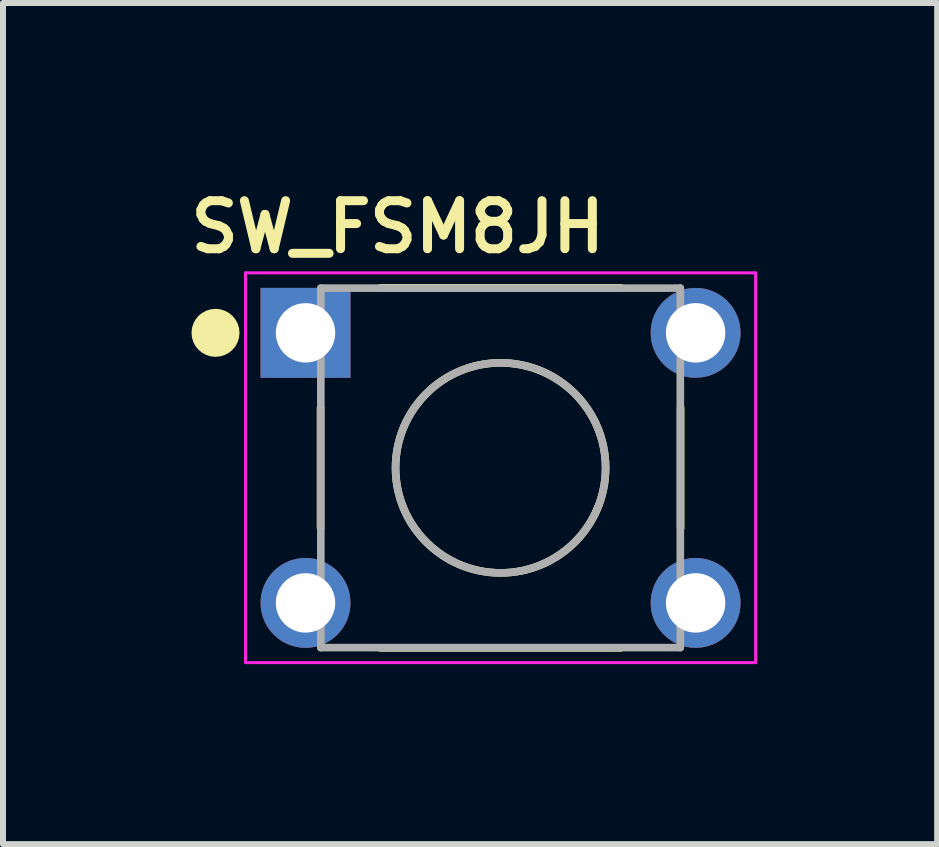
<source format=kicad_pcb>
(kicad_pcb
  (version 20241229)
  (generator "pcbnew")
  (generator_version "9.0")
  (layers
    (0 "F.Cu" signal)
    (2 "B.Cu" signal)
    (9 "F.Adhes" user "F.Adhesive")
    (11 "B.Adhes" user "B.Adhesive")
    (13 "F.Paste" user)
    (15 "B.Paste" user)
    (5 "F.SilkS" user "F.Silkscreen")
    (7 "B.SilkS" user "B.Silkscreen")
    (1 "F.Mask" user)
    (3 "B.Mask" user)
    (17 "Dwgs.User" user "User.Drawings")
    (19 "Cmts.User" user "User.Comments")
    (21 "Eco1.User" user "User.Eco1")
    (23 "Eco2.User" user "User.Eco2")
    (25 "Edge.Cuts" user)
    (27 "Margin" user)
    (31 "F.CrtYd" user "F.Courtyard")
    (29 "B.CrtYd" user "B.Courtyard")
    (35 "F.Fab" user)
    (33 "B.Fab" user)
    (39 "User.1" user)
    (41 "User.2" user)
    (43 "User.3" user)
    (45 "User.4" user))
  (footprint "SW_FSM8JH"
    (layer "F.Cu")
    (at 5.291 4.746)
    (property "Reference" "SW_FSM8JH" (at -1.713 -4.014 0) (layer "F.SilkS") (effects (font (size 0.801 0.801) (thickness 0.15))))
    (attr through_hole)
    (fp_line (start -3 -1) (end -3 1) (stroke (width 0.127) (type solid)) (layer "F.SilkS"))
    (fp_line (start -2 -3) (end 2 -3) (stroke (width 0.127) (type solid)) (layer "F.SilkS"))
    (fp_line (start -2 3) (end 2 3) (stroke (width 0.127) (type solid)) (layer "F.SilkS"))
    (fp_line (start 3 -1) (end 3 1) (stroke (width 0.127) (type solid)) (layer "F.SilkS"))
    (fp_circle (center -4.75 -2.25) (end -4.55 -2.25) (stroke (width 0.4) (type solid)) (fill no) (layer "F.SilkS"))
    (fp_circle (center 0 0) (end 1.75 0) (stroke (width 0.127) (type solid)) (fill no) (layer "F.SilkS"))
    (fp_line (start -4.25 -3.25) (end 4.25 -3.25) (stroke (width 0.05) (type solid)) (layer "F.CrtYd"))
    (fp_line (start -4.25 3.245) (end -4.25 -3.25) (stroke (width 0.05) (type solid)) (layer "F.CrtYd"))
    (fp_line (start 4.25 -3.25) (end 4.25 3.245) (stroke (width 0.05) (type solid)) (layer "F.CrtYd"))
    (fp_line (start 4.25 3.245) (end -4.25 3.245) (stroke (width 0.05) (type solid)) (layer "F.CrtYd"))
    (fp_line (start -2.995 -2.995) (end -2.995 2.995) (stroke (width 0.127) (type solid)) (layer "F.Fab"))
    (fp_line (start -2.995 2.995) (end 2.995 2.995) (stroke (width 0.127) (type solid)) (layer "F.Fab"))
    (fp_line (start 2.995 -2.995) (end -2.995 -2.995) (stroke (width 0.127) (type solid)) (layer "F.Fab"))
    (fp_line (start 2.995 2.995) (end 2.995 -2.995) (stroke (width 0.127) (type solid)) (layer "F.Fab"))
    (fp_circle (center -3.25 -2.25) (end -3.05 -2.25) (stroke (width 0.4) (type solid)) (fill no) (layer "F.Fab"))
    (fp_circle (center 0 0) (end 1.75 0) (stroke (width 0.127) (type solid)) (fill no) (layer "F.Fab"))
    (pad "1" thru_hole rect (at -3.25 -2.25) (size 1.498 1.498) (drill 0.99) (layers "*.Cu" "*.Mask"))
    (pad "2" thru_hole circle (at -3.25 2.25) (size 1.498 1.498) (drill 0.99) (layers "*.Cu" "*.Mask"))
    (pad "3" thru_hole circle (at 3.25 -2.25) (size 1.498 1.498) (drill 0.99) (layers "*.Cu" "*.Mask"))
    (pad "4" thru_hole circle (at 3.25 2.25) (size 1.498 1.498) (drill 0.99) (layers "*.Cu" "*.Mask")))
  (gr_rect
    (start -3 -3)
    (end 12.566 11.016)
    (stroke (width 0.1) (type default))
    (fill no)
    (layer "Edge.Cuts")))
</source>
